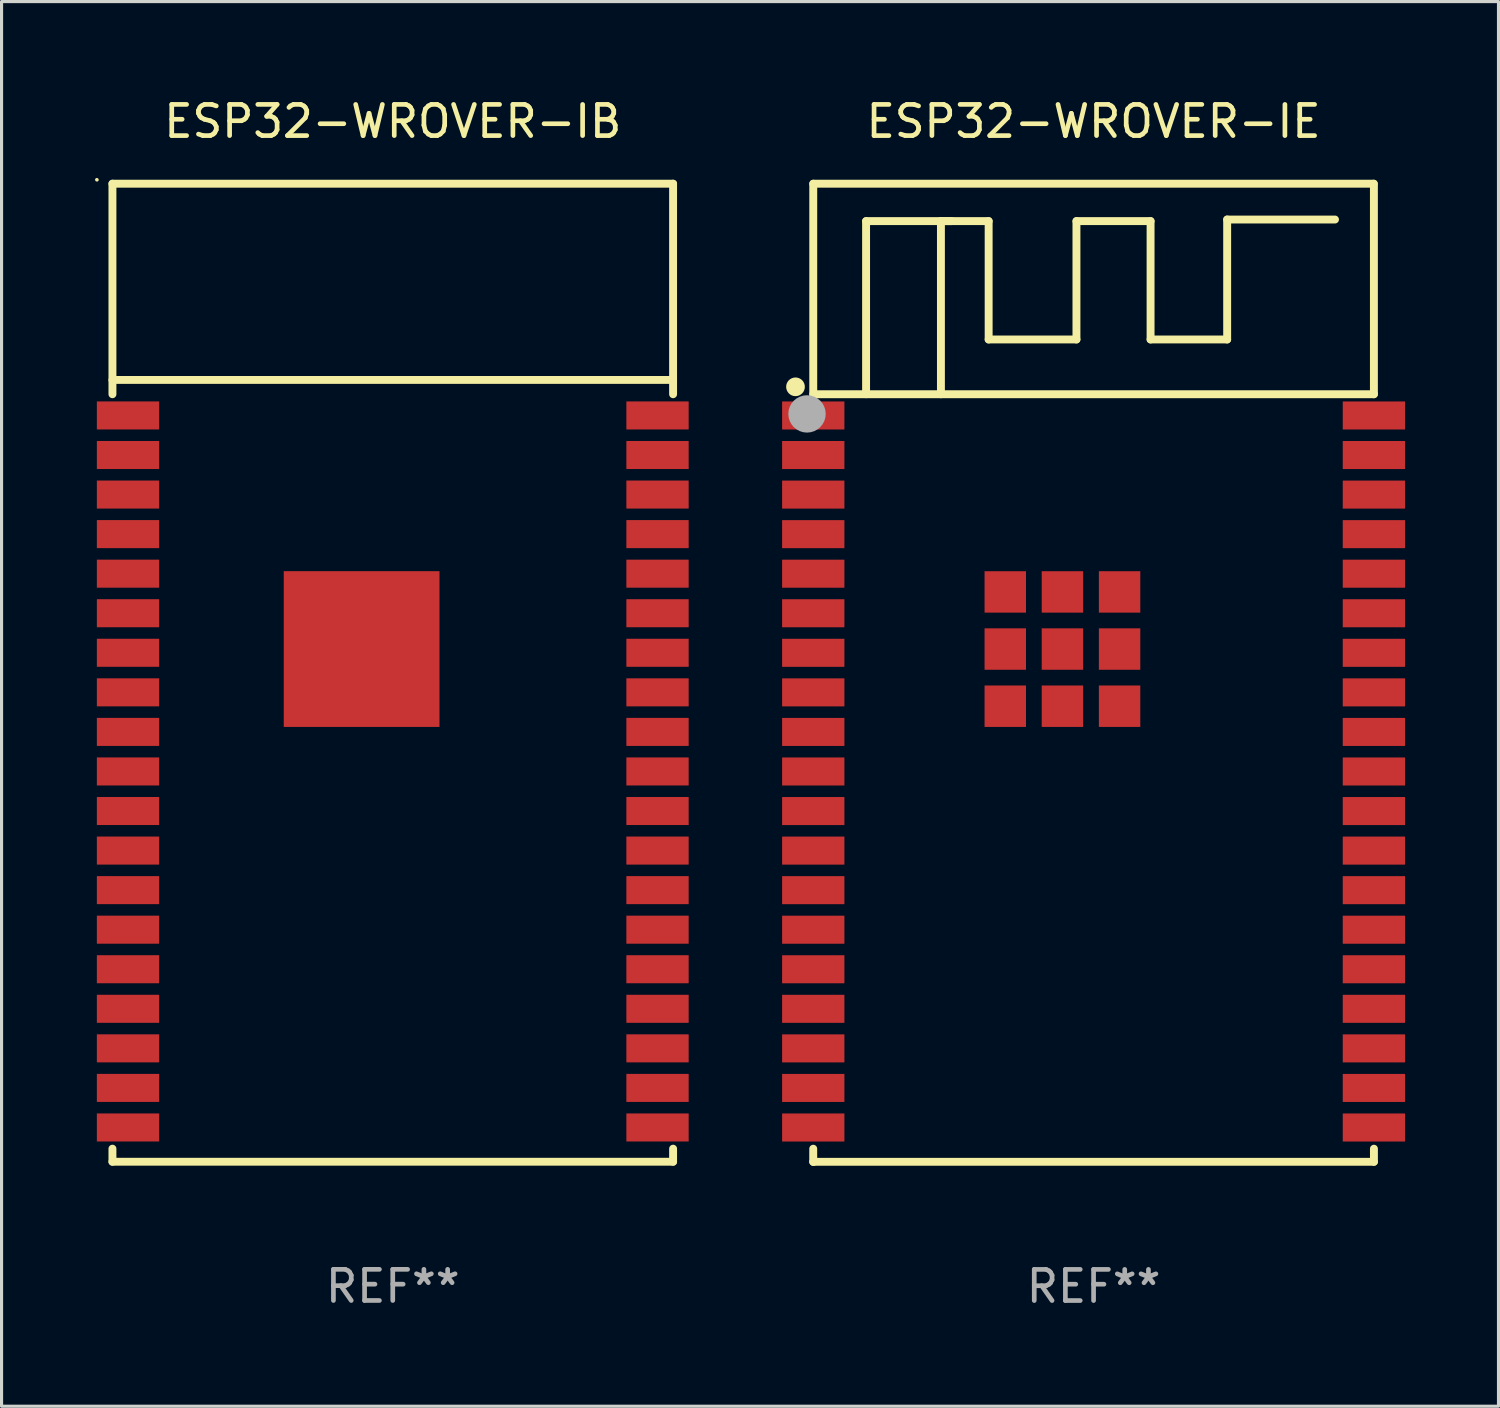
<source format=kicad_pcb>
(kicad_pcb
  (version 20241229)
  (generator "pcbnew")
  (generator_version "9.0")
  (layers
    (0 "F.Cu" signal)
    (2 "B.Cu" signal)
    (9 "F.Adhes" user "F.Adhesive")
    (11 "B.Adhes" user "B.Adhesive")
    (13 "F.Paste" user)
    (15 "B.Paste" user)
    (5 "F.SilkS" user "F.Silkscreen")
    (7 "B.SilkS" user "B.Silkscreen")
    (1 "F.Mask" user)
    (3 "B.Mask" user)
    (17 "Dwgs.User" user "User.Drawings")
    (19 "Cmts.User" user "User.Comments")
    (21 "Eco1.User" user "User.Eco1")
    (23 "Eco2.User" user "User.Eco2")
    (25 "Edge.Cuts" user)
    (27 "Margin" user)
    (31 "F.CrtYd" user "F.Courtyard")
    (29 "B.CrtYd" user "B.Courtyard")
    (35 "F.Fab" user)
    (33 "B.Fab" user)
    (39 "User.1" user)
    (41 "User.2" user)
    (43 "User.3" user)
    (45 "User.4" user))
  (footprint "ESP32-WROVER-IB"
    (layer "F.Cu")
    (at 9.56 18.548)
    (property "Reference" "ESP32-WROVER-IB" (at 0 -17.7 0) (layer "F.SilkS") (effects (font (size 1 1) (thickness 0.15))))
    (attr through_hole)
    (fp_line (start -9 -15.7) (end 9 -15.7) (stroke (width 0.254) (type solid)) (layer "F.SilkS"))
    (fp_line (start -9 -8.941) (end -9 -15.7) (stroke (width 0.254) (type solid)) (layer "F.SilkS"))
    (fp_line (start -9 15.7) (end -9 15.281) (stroke (width 0.254) (type solid)) (layer "F.SilkS"))
    (fp_line (start -9 15.7) (end 9 15.7) (stroke (width 0.254) (type solid)) (layer "F.SilkS"))
    (fp_line (start 9 -9.4) (end -9 -9.4) (stroke (width 0.254) (type solid)) (layer "F.SilkS"))
    (fp_line (start 9 -8.941) (end 9 -15.7) (stroke (width 0.254) (type solid)) (layer "F.SilkS"))
    (fp_line (start 9 15.7) (end 9 15.281) (stroke (width 0.254) (type solid)) (layer "F.SilkS"))
    (fp_circle (center -9.5 -15.827) (end -9.47 -15.827) (stroke (width 0.06) (type solid)) (fill no) (layer "F.SilkS"))
    (fp_text user "REF**" (at 0 19.7 0) (layer "F.Fab") (effects (font (size 1 1) (thickness 0.15))))
    (pad "1" smd rect (at -8.5 -8.26) (size 2 0.9) (layers "F.Cu" "F.Mask" "F.Paste"))
    (pad "2" smd rect (at -8.5 -6.99) (size 2 0.9) (layers "F.Cu" "F.Mask" "F.Paste"))
    (pad "3" smd rect (at -8.5 -5.72) (size 2 0.9) (layers "F.Cu" "F.Mask" "F.Paste"))
    (pad "4" smd rect (at -8.5 -4.45) (size 2 0.9) (layers "F.Cu" "F.Mask" "F.Paste"))
    (pad "5" smd rect (at -8.5 -3.18) (size 2 0.9) (layers "F.Cu" "F.Mask" "F.Paste"))
    (pad "6" smd rect (at -8.5 -1.91) (size 2 0.9) (layers "F.Cu" "F.Mask" "F.Paste"))
    (pad "7" smd rect (at -8.5 -0.64) (size 2 0.9) (layers "F.Cu" "F.Mask" "F.Paste"))
    (pad "8" smd rect (at -8.5 0.63) (size 2 0.9) (layers "F.Cu" "F.Mask" "F.Paste"))
    (pad "9" smd rect (at -8.5 1.9) (size 2 0.9) (layers "F.Cu" "F.Mask" "F.Paste"))
    (pad "10" smd rect (at -8.5 3.17) (size 2 0.9) (layers "F.Cu" "F.Mask" "F.Paste"))
    (pad "11" smd rect (at -8.5 4.44) (size 2 0.9) (layers "F.Cu" "F.Mask" "F.Paste"))
    (pad "12" smd rect (at -8.5 5.71) (size 2 0.9) (layers "F.Cu" "F.Mask" "F.Paste"))
    (pad "13" smd rect (at -8.5 6.98) (size 2 0.9) (layers "F.Cu" "F.Mask" "F.Paste"))
    (pad "14" smd rect (at -8.5 8.25) (size 2 0.9) (layers "F.Cu" "F.Mask" "F.Paste"))
    (pad "15" smd rect (at -8.5 9.52) (size 2 0.9) (layers "F.Cu" "F.Mask" "F.Paste"))
    (pad "16" smd rect (at -8.5 10.79) (size 2 0.9) (layers "F.Cu" "F.Mask" "F.Paste"))
    (pad "17" smd rect (at -8.5 12.06) (size 2 0.9) (layers "F.Cu" "F.Mask" "F.Paste"))
    (pad "18" smd rect (at -8.5 13.33) (size 2 0.9) (layers "F.Cu" "F.Mask" "F.Paste"))
    (pad "19" smd rect (at -8.5 14.6) (size 2 0.9) (layers "F.Cu" "F.Mask" "F.Paste"))
    (pad "20" smd rect (at 8.5 14.6 180) (size 2 0.9) (layers "F.Cu" "F.Mask" "F.Paste"))
    (pad "21" smd rect (at 8.5 13.33 180) (size 2 0.9) (layers "F.Cu" "F.Mask" "F.Paste"))
    (pad "22" smd rect (at 8.5 12.06 180) (size 2 0.9) (layers "F.Cu" "F.Mask" "F.Paste"))
    (pad "23" smd rect (at 8.5 10.79 180) (size 2 0.9) (layers "F.Cu" "F.Mask" "F.Paste"))
    (pad "24" smd rect (at 8.5 9.52 180) (size 2 0.9) (layers "F.Cu" "F.Mask" "F.Paste"))
    (pad "25" smd rect (at 8.5 8.25 180) (size 2 0.9) (layers "F.Cu" "F.Mask" "F.Paste"))
    (pad "26" smd rect (at 8.5 6.98 180) (size 2 0.9) (layers "F.Cu" "F.Mask" "F.Paste"))
    (pad "27" smd rect (at 8.5 5.71 180) (size 2 0.9) (layers "F.Cu" "F.Mask" "F.Paste"))
    (pad "28" smd rect (at 8.5 4.44 180) (size 2 0.9) (layers "F.Cu" "F.Mask" "F.Paste"))
    (pad "29" smd rect (at 8.5 3.17 180) (size 2 0.9) (layers "F.Cu" "F.Mask" "F.Paste"))
    (pad "30" smd rect (at 8.5 1.9 180) (size 2 0.9) (layers "F.Cu" "F.Mask" "F.Paste"))
    (pad "31" smd rect (at 8.5 0.63 180) (size 2 0.9) (layers "F.Cu" "F.Mask" "F.Paste"))
    (pad "32" smd rect (at 8.5 -0.64 180) (size 2 0.9) (layers "F.Cu" "F.Mask" "F.Paste"))
    (pad "33" smd rect (at 8.5 -1.91 180) (size 2 0.9) (layers "F.Cu" "F.Mask" "F.Paste"))
    (pad "34" smd rect (at 8.5 -3.18 180) (size 2 0.9) (layers "F.Cu" "F.Mask" "F.Paste"))
    (pad "35" smd rect (at 8.5 -4.45 180) (size 2 0.9) (layers "F.Cu" "F.Mask" "F.Paste"))
    (pad "36" smd rect (at 8.5 -5.72 180) (size 2 0.9) (layers "F.Cu" "F.Mask" "F.Paste"))
    (pad "37" smd rect (at 8.5 -6.99 180) (size 2 0.9) (layers "F.Cu" "F.Mask" "F.Paste"))
    (pad "38" smd rect (at 8.5 -8.26 180) (size 2 0.9) (layers "F.Cu" "F.Mask" "F.Paste"))
    (pad "39" smd rect (at -1 -0.76 180) (size 5 5) (layers "F.Cu" "F.Mask" "F.Paste")))
  (footprint "ESP32-WROVER-IE"
    (layer "F.Cu")
    (at 32.06 18.549)
    (property "Reference" "ESP32-WROVER-IE" (at 0 -17.701 0) (layer "F.SilkS") (effects (font (size 1 1) (thickness 0.15))))
    (attr through_hole)
    (fp_line (start -9.001 15.701) (end -9.001 15.281) (stroke (width 0.254) (type solid)) (layer "F.SilkS"))
    (fp_line (start -9 -15.701) (end 8.99 -15.701) (stroke (width 0.254) (type solid)) (layer "F.SilkS"))
    (fp_line (start -9 -8.942) (end -9 -15.701) (stroke (width 0.254) (type solid)) (layer "F.SilkS"))
    (fp_line (start -9 -8.942) (end 9 -8.942) (stroke (width 0.254) (type solid)) (layer "F.SilkS"))
    (fp_line (start -8.99 15.701) (end -9.001 15.701) (stroke (width 0.254) (type solid)) (layer "F.SilkS"))
    (fp_line (start -7.304 -14.5) (end -3.369 -14.5) (stroke (width 0.254) (type solid)) (layer "F.SilkS"))
    (fp_line (start -7.304 -8.943) (end -7.304 -14.5) (stroke (width 0.254) (type solid)) (layer "F.SilkS"))
    (fp_line (start -4.901 -14.5) (end -4.901 -8.942) (stroke (width 0.254) (type solid)) (layer "F.SilkS"))
    (fp_line (start -4.558 -14.5) (end -4.901 -14.5) (stroke (width 0.254) (type solid)) (layer "F.SilkS"))
    (fp_line (start -3.369 -14.5) (end -3.369 -10.7) (stroke (width 0.254) (type solid)) (layer "F.SilkS"))
    (fp_line (start -3.369 -10.7) (end -0.55 -10.7) (stroke (width 0.254) (type solid)) (layer "F.SilkS"))
    (fp_line (start -0.55 -14.5) (end 1.83 -14.5) (stroke (width 0.254) (type solid)) (layer "F.SilkS"))
    (fp_line (start -0.55 -10.7) (end -0.55 -14.5) (stroke (width 0.254) (type solid)) (layer "F.SilkS"))
    (fp_line (start 1.83 -14.5) (end 1.83 -10.7) (stroke (width 0.254) (type solid)) (layer "F.SilkS"))
    (fp_line (start 1.83 -10.7) (end 4.289 -10.7) (stroke (width 0.254) (type solid)) (layer "F.SilkS"))
    (fp_line (start 4.289 -14.551) (end 7.751 -14.551) (stroke (width 0.254) (type solid)) (layer "F.SilkS"))
    (fp_line (start 4.289 -10.7) (end 4.289 -14.551) (stroke (width 0.254) (type solid)) (layer "F.SilkS"))
    (fp_line (start 9 -15.701) (end 9 -8.942) (stroke (width 0.254) (type solid)) (layer "F.SilkS"))
    (fp_line (start 9.001 15.281) (end 9.001 15.701) (stroke (width 0.254) (type solid)) (layer "F.SilkS"))
    (fp_line (start 9.001 15.701) (end -8.99 15.701) (stroke (width 0.254) (type solid)) (layer "F.SilkS"))
    (fp_circle (center -9.57 -9.18) (end -9.42 -9.18) (stroke (width 0.3) (type solid)) (fill no) (layer "F.SilkS"))
    (fp_circle (center -9 -15.701) (end -8.97 -15.701) (stroke (width 0.06) (type solid)) (fill no) (layer "F.SilkS"))
    (fp_circle (center -9.2 -8.31) (end -8.9 -8.31) (stroke (width 0.6) (type solid)) (fill no) (layer "F.Fab"))
    (fp_text user "REF**" (at 0 19.701 0) (layer "F.Fab") (effects (font (size 1 1) (thickness 0.15))))
    (pad "1" smd rect (at -9 -8.26) (size 2 0.9) (layers "F.Cu" "F.Mask" "F.Paste"))
    (pad "2" smd rect (at -9 -6.99) (size 2 0.9) (layers "F.Cu" "F.Mask" "F.Paste"))
    (pad "3" smd rect (at -9 -5.72) (size 2 0.9) (layers "F.Cu" "F.Mask" "F.Paste"))
    (pad "4" smd rect (at -9 -4.45) (size 2 0.9) (layers "F.Cu" "F.Mask" "F.Paste"))
    (pad "5" smd rect (at -9 -3.18) (size 2 0.9) (layers "F.Cu" "F.Mask" "F.Paste"))
    (pad "6" smd rect (at -9 -1.91) (size 2 0.9) (layers "F.Cu" "F.Mask" "F.Paste"))
    (pad "7" smd rect (at -9 -0.64) (size 2 0.9) (layers "F.Cu" "F.Mask" "F.Paste"))
    (pad "8" smd rect (at -9 0.63) (size 2 0.9) (layers "F.Cu" "F.Mask" "F.Paste"))
    (pad "9" smd rect (at -9 1.9) (size 2 0.9) (layers "F.Cu" "F.Mask" "F.Paste"))
    (pad "10" smd rect (at -9 3.17) (size 2 0.9) (layers "F.Cu" "F.Mask" "F.Paste"))
    (pad "11" smd rect (at -9 4.44) (size 2 0.9) (layers "F.Cu" "F.Mask" "F.Paste"))
    (pad "12" smd rect (at -9 5.71) (size 2 0.9) (layers "F.Cu" "F.Mask" "F.Paste"))
    (pad "13" smd rect (at -9 6.98) (size 2 0.9) (layers "F.Cu" "F.Mask" "F.Paste"))
    (pad "14" smd rect (at -9 8.25) (size 2 0.9) (layers "F.Cu" "F.Mask" "F.Paste"))
    (pad "15" smd rect (at -9 9.52) (size 2 0.9) (layers "F.Cu" "F.Mask" "F.Paste"))
    (pad "16" smd rect (at -9 10.79) (size 2 0.9) (layers "F.Cu" "F.Mask" "F.Paste"))
    (pad "17" smd rect (at -9 12.06) (size 2 0.9) (layers "F.Cu" "F.Mask" "F.Paste"))
    (pad "18" smd rect (at -9 13.33) (size 2 0.9) (layers "F.Cu" "F.Mask" "F.Paste"))
    (pad "19" smd rect (at -9 14.6) (size 2 0.9) (layers "F.Cu" "F.Mask" "F.Paste"))
    (pad "20" smd rect (at 9 14.6) (size 2 0.9) (layers "F.Cu" "F.Mask" "F.Paste"))
    (pad "21" smd rect (at 9 13.33) (size 2 0.9) (layers "F.Cu" "F.Mask" "F.Paste"))
    (pad "22" smd rect (at 9 12.06) (size 2 0.9) (layers "F.Cu" "F.Mask" "F.Paste"))
    (pad "23" smd rect (at 9 10.79) (size 2 0.9) (layers "F.Cu" "F.Mask" "F.Paste"))
    (pad "24" smd rect (at 9 9.52) (size 2 0.9) (layers "F.Cu" "F.Mask" "F.Paste"))
    (pad "25" smd rect (at 9 8.25) (size 2 0.9) (layers "F.Cu" "F.Mask" "F.Paste"))
    (pad "26" smd rect (at 9 6.98) (size 2 0.9) (layers "F.Cu" "F.Mask" "F.Paste"))
    (pad "27" smd rect (at 9 5.71) (size 2 0.9) (layers "F.Cu" "F.Mask" "F.Paste"))
    (pad "28" smd rect (at 9 4.44) (size 2 0.9) (layers "F.Cu" "F.Mask" "F.Paste"))
    (pad "29" smd rect (at 9 3.17) (size 2 0.9) (layers "F.Cu" "F.Mask" "F.Paste"))
    (pad "30" smd rect (at 9 1.9) (size 2 0.9) (layers "F.Cu" "F.Mask" "F.Paste"))
    (pad "31" smd rect (at 9 0.63) (size 2 0.9) (layers "F.Cu" "F.Mask" "F.Paste"))
    (pad "32" smd rect (at 9 -0.64) (size 2 0.9) (layers "F.Cu" "F.Mask" "F.Paste"))
    (pad "33" smd rect (at 9 -1.91) (size 2 0.9) (layers "F.Cu" "F.Mask" "F.Paste"))
    (pad "34" smd rect (at 9 -3.18) (size 2 0.9) (layers "F.Cu" "F.Mask" "F.Paste"))
    (pad "35" smd rect (at 9 -4.45) (size 2 0.9) (layers "F.Cu" "F.Mask" "F.Paste"))
    (pad "36" smd rect (at 9 -5.72) (size 2 0.9) (layers "F.Cu" "F.Mask" "F.Paste"))
    (pad "37" smd rect (at 9 -6.99) (size 2 0.9) (layers "F.Cu" "F.Mask" "F.Paste"))
    (pad "38" smd rect (at 9 -8.26) (size 2 0.9) (layers "F.Cu" "F.Mask" "F.Paste"))
    (pad "39" smd rect (at -2.835 -2.595) (size 1.33 1.33) (layers "F.Cu" "F.Mask" "F.Paste"))
    (pad "39" smd rect (at -2.835 -0.761) (size 1.33 1.33) (layers "F.Cu" "F.Mask" "F.Paste"))
    (pad "39" smd rect (at -2.835 1.074) (size 1.33 1.33) (layers "F.Cu" "F.Mask" "F.Paste"))
    (pad "39" smd rect (at -1 -2.595) (size 1.33 1.33) (layers "F.Cu" "F.Mask" "F.Paste"))
    (pad "39" smd rect (at -1 -0.761) (size 1.33 1.33) (layers "F.Cu" "F.Mask" "F.Paste"))
    (pad "39" smd rect (at -1 1.074) (size 1.33 1.33) (layers "F.Cu" "F.Mask" "F.Paste"))
    (pad "39" smd rect (at 0.835 -0.761) (size 1.33 1.33) (layers "F.Cu" "F.Mask" "F.Paste"))
    (pad "39" smd rect (at 0.835 1.074) (size 1.33 1.33) (layers "F.Cu" "F.Mask" "F.Paste"))
    (pad "39" smd rect (at 0.835 -2.595) (size 1.33 1.33) (layers "F.Cu" "F.Mask" "F.Paste")))
  (gr_rect
    (start -3 -3)
    (end 45.06 42.098)
    (stroke (width 0.1) (type default))
    (fill no)
    (layer "Edge.Cuts")))
</source>
